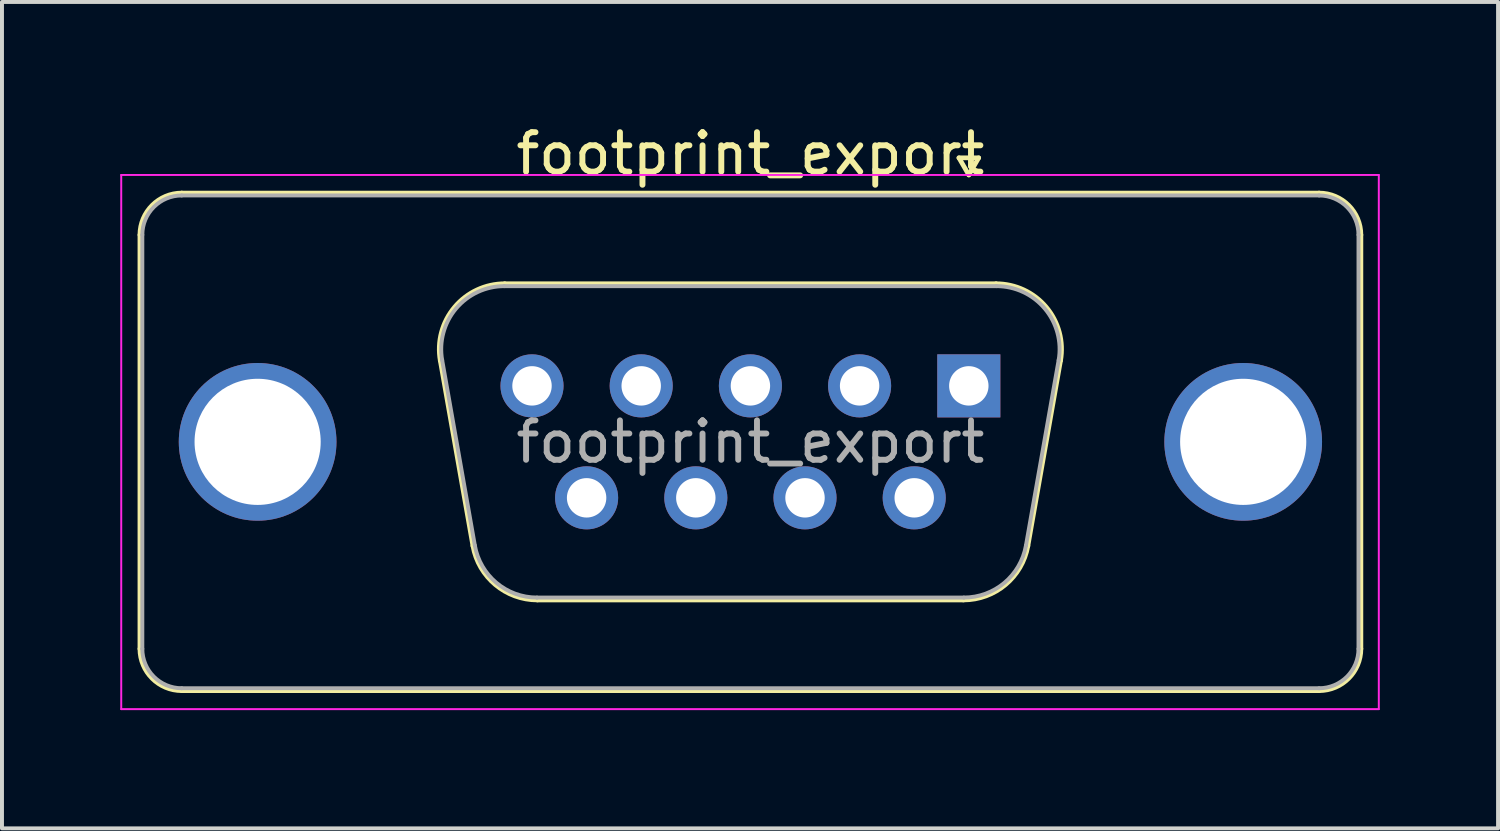
<source format=kicad_pcb>
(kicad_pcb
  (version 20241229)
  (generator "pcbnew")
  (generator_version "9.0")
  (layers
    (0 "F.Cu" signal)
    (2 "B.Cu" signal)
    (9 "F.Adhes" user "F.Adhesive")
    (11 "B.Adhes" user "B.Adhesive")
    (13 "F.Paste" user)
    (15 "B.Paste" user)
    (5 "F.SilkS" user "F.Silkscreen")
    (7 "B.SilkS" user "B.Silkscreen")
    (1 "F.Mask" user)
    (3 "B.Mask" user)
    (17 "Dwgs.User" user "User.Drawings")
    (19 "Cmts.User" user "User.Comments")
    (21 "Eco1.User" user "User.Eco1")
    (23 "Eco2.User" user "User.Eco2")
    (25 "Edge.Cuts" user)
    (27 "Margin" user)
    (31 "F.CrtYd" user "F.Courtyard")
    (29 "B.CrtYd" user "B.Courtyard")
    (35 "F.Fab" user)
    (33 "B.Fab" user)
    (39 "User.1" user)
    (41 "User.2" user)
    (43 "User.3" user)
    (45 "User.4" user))
  (footprint "footprint_export"
    (layer "F.Cu")
    (at 21.525 6.738)
    (property "Reference" "footprint_export" (at -5.54 -5.89 0) (layer "F.SilkS") (effects (font (size 1 1) (thickness 0.15))))
    (attr through_hole)
    (fp_line (start -21.025 6.67) (end -21.025 -3.83) (stroke (width 0.12) (type solid)) (layer "F.SilkS"))
    (fp_line (start -19.965 -4.89) (end 8.885 -4.89) (stroke (width 0.12) (type solid)) (layer "F.SilkS"))
    (fp_line (start -13.406 -0.642) (end -12.578 4.058) (stroke (width 0.12) (type solid)) (layer "F.SilkS"))
    (fp_line (start -11.772 -2.59) (end 0.692 -2.59) (stroke (width 0.12) (type solid)) (layer "F.SilkS"))
    (fp_line (start -10.943 5.43) (end -0.137 5.43) (stroke (width 0.12) (type solid)) (layer "F.SilkS"))
    (fp_line (start -0.25 -5.784) (end 0.25 -5.784) (stroke (width 0.12) (type solid)) (layer "F.SilkS"))
    (fp_line (start 0 -5.351) (end -0.25 -5.784) (stroke (width 0.12) (type solid)) (layer "F.SilkS"))
    (fp_line (start 0.25 -5.784) (end 0 -5.351) (stroke (width 0.12) (type solid)) (layer "F.SilkS"))
    (fp_line (start 2.326 -0.642) (end 1.498 4.058) (stroke (width 0.12) (type solid)) (layer "F.SilkS"))
    (fp_line (start 8.885 7.73) (end -19.965 7.73) (stroke (width 0.12) (type solid)) (layer "F.SilkS"))
    (fp_line (start 9.945 -3.83) (end 9.945 6.67) (stroke (width 0.12) (type solid)) (layer "F.SilkS"))
    (fp_arc (start -21.025 -3.83) (mid -20.714533 -4.579533) (end -19.965 -4.89) (stroke (width 0.12) (type solid)) (layer "F.SilkS"))
    (fp_arc (start -19.965 7.73) (mid -20.714533 7.419533) (end -21.025 6.67) (stroke (width 0.12) (type solid)) (layer "F.SilkS"))
    (fp_arc (start -13.40647 -0.641744) (mid -13.043323 -1.997028) (end -11.771689 -2.59) (stroke (width 0.12) (type solid)) (layer "F.SilkS"))
    (fp_arc (start -10.942952 5.43) (mid -12.009979 5.041634) (end -12.577733 4.058256) (stroke (width 0.12) (type solid)) (layer "F.SilkS"))
    (fp_arc (start 0.691689 -2.59) (mid 1.963323 -1.997027) (end 2.32647 -0.641744) (stroke (width 0.12) (type solid)) (layer "F.SilkS"))
    (fp_arc (start 1.497733 4.058256) (mid 0.92998 5.041634) (end -0.137048 5.43) (stroke (width 0.12) (type solid)) (layer "F.SilkS"))
    (fp_arc (start 8.885 -4.89) (mid 9.634533 -4.579533) (end 9.945 -3.83) (stroke (width 0.12) (type solid)) (layer "F.SilkS"))
    (fp_arc (start 9.945 6.67) (mid 9.634533 7.419533) (end 8.885 7.73) (stroke (width 0.12) (type solid)) (layer "F.SilkS"))
    (fp_line (start -21.5 -5.35) (end -21.5 8.2) (stroke (width 0.05) (type solid)) (layer "F.CrtYd"))
    (fp_line (start -21.5 8.2) (end 10.4 8.2) (stroke (width 0.05) (type solid)) (layer "F.CrtYd"))
    (fp_line (start 10.4 -5.35) (end -21.5 -5.35) (stroke (width 0.05) (type solid)) (layer "F.CrtYd"))
    (fp_line (start 10.4 8.2) (end 10.4 -5.35) (stroke (width 0.05) (type solid)) (layer "F.CrtYd"))
    (fp_line (start -20.965 6.67) (end -20.965 -3.83) (stroke (width 0.1) (type solid)) (layer "F.Fab"))
    (fp_line (start -19.965 -4.83) (end 8.885 -4.83) (stroke (width 0.1) (type solid)) (layer "F.Fab"))
    (fp_line (start -13.359 -0.652) (end -12.53 4.048) (stroke (width 0.1) (type solid)) (layer "F.Fab"))
    (fp_line (start -11.783 -2.53) (end 0.703 -2.53) (stroke (width 0.1) (type solid)) (layer "F.Fab"))
    (fp_line (start -10.954 5.37) (end -0.126 5.37) (stroke (width 0.1) (type solid)) (layer "F.Fab"))
    (fp_line (start 2.279 -0.652) (end 1.45 4.048) (stroke (width 0.1) (type solid)) (layer "F.Fab"))
    (fp_line (start 8.885 7.67) (end -19.965 7.67) (stroke (width 0.1) (type solid)) (layer "F.Fab"))
    (fp_line (start 9.885 -3.83) (end 9.885 6.67) (stroke (width 0.1) (type solid)) (layer "F.Fab"))
    (fp_arc (start -20.965 -3.83) (mid -20.672107 -4.537107) (end -19.965 -4.83) (stroke (width 0.1) (type solid)) (layer "F.Fab"))
    (fp_arc (start -19.965 7.67) (mid -20.672107 7.377107) (end -20.965 6.67) (stroke (width 0.1) (type solid)) (layer "F.Fab"))
    (fp_arc (start -13.358886 -0.652163) (mid -13.008865 -1.95846) (end -11.783194 -2.53) (stroke (width 0.1) (type solid)) (layer "F.Fab"))
    (fp_arc (start -10.954457 5.37) (mid -11.982917 4.995671) (end -12.530149 4.047837) (stroke (width 0.1) (type solid)) (layer "F.Fab"))
    (fp_arc (start 0.703194 -2.53) (mid 1.928865 -1.95846) (end 2.278886 -0.652163) (stroke (width 0.1) (type solid)) (layer "F.Fab"))
    (fp_arc (start 1.450149 4.047837) (mid 0.902917 4.995671) (end -0.125543 5.37) (stroke (width 0.1) (type solid)) (layer "F.Fab"))
    (fp_arc (start 8.885 -4.83) (mid 9.592107 -4.537107) (end 9.885 -3.83) (stroke (width 0.1) (type solid)) (layer "F.Fab"))
    (fp_arc (start 9.885 6.67) (mid 9.592107 7.377107) (end 8.885 7.67) (stroke (width 0.1) (type solid)) (layer "F.Fab"))
    (fp_text user "${REFERENCE}" (at -5.54 1.42 0) (layer "F.Fab") (effects (font (size 1 1) (thickness 0.15))))
    (pad "0" thru_hole circle (at -18.04 1.42) (size 4 4) (drill 3.2) (layers "*.Cu" "*.Mask"))
    (pad "0" thru_hole circle (at 6.96 1.42) (size 4 4) (drill 3.2) (layers "*.Cu" "*.Mask"))
    (pad "1" thru_hole rect (at 0 0) (size 1.6 1.6) (drill 1) (layers "*.Cu" "*.Mask"))
    (pad "2" thru_hole circle (at -2.77 0) (size 1.6 1.6) (drill 1) (layers "*.Cu" "*.Mask"))
    (pad "3" thru_hole circle (at -5.54 0) (size 1.6 1.6) (drill 1) (layers "*.Cu" "*.Mask"))
    (pad "4" thru_hole circle (at -8.31 0) (size 1.6 1.6) (drill 1) (layers "*.Cu" "*.Mask"))
    (pad "5" thru_hole circle (at -11.08 0) (size 1.6 1.6) (drill 1) (layers "*.Cu" "*.Mask"))
    (pad "6" thru_hole circle (at -1.385 2.84) (size 1.6 1.6) (drill 1) (layers "*.Cu" "*.Mask"))
    (pad "7" thru_hole circle (at -4.155 2.84) (size 1.6 1.6) (drill 1) (layers "*.Cu" "*.Mask"))
    (pad "8" thru_hole circle (at -6.925 2.84) (size 1.6 1.6) (drill 1) (layers "*.Cu" "*.Mask"))
    (pad "9" thru_hole circle (at -9.695 2.84) (size 1.6 1.6) (drill 1) (layers "*.Cu" "*.Mask")))
  (gr_rect
    (start -3 -3)
    (end 34.95 17.963)
    (stroke (width 0.1) (type default))
    (fill no)
    (layer "Edge.Cuts")))
</source>
